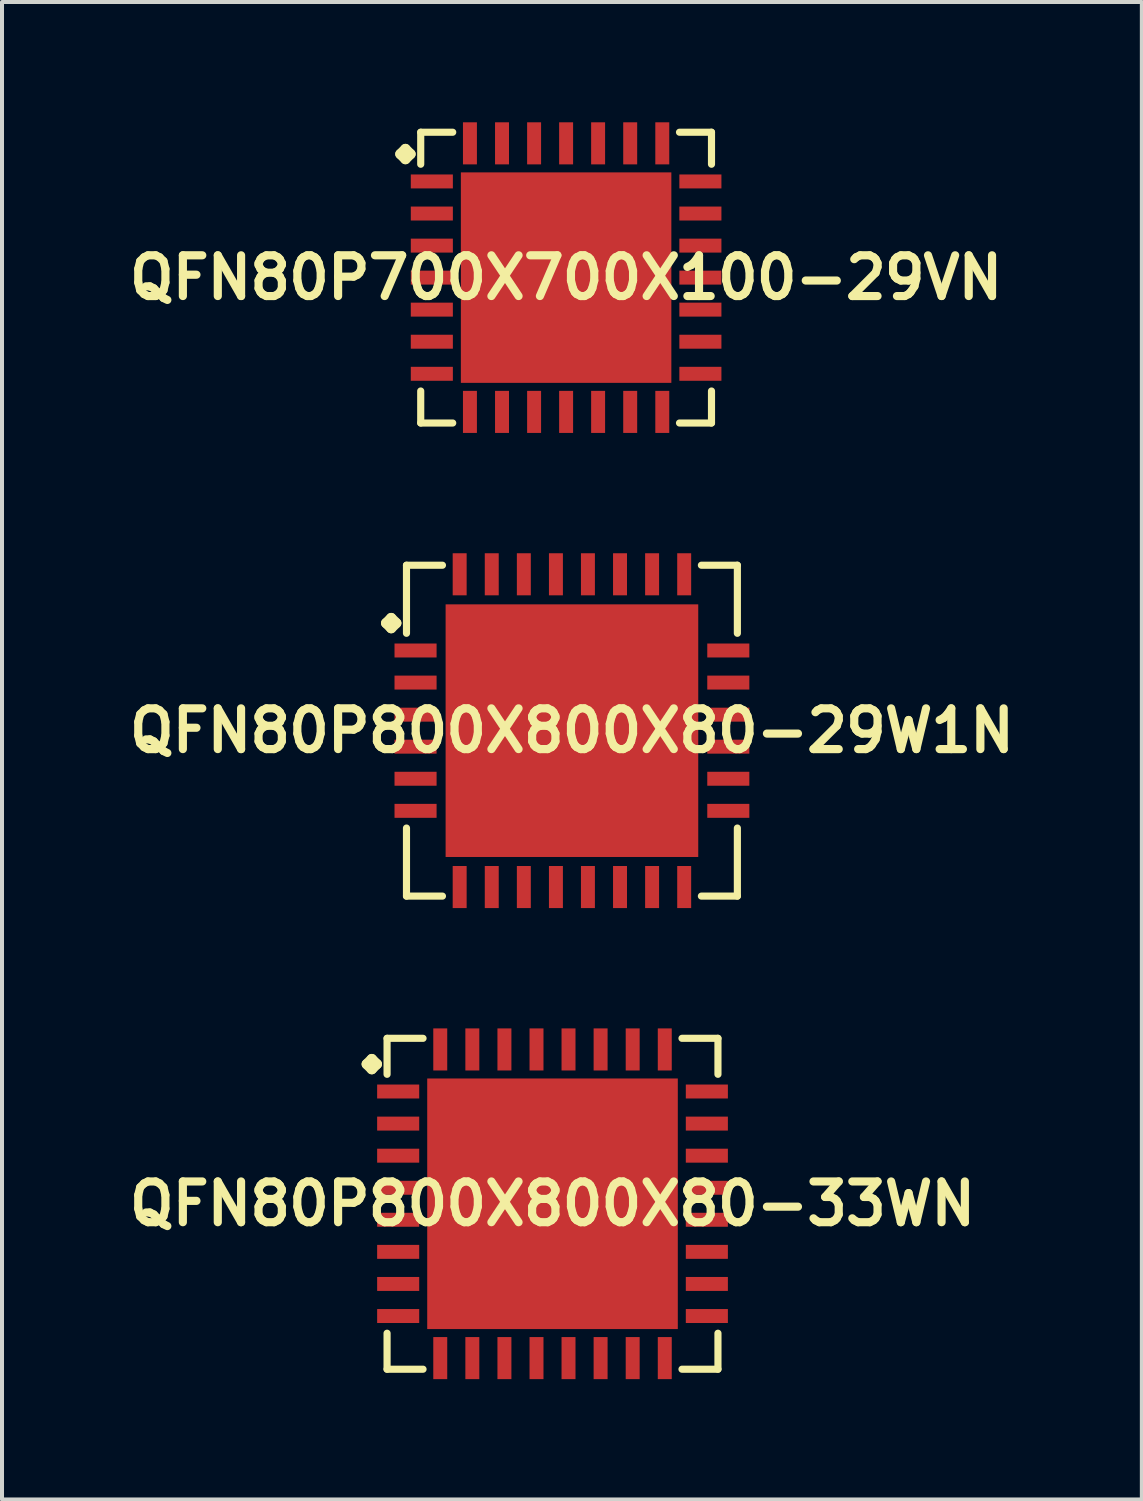
<source format=kicad_pcb>
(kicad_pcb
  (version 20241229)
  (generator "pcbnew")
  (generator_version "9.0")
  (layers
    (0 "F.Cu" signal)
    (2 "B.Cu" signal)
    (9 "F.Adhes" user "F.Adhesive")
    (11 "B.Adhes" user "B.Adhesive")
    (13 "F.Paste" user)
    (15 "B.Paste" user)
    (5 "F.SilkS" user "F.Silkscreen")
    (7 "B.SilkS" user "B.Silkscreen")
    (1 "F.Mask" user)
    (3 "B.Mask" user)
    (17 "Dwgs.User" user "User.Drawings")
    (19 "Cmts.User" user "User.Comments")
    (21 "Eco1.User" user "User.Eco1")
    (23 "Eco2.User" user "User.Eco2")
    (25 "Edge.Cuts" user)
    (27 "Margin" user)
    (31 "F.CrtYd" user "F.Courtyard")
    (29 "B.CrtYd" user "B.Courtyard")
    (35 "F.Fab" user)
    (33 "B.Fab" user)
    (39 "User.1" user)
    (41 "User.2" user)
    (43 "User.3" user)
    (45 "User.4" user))
  (footprint "QFN80P700X700X100-29VN"
    (layer "F.Cu")
    (at 11.065 3.872)
    (property "Reference" "QFN80P700X700X100-29VN" (at 0 0 0) (layer "F.SilkS") (effects (font (size 1.016 1.016) (thickness 0.203))))
    (attr smd)
    (fp_line (start -4.133 -3.081) (end -4.006 -3.208) (stroke (width 0.254) (type solid)) (layer "F.SilkS"))
    (fp_line (start -4.006 -3.208) (end -3.879 -3.081) (stroke (width 0.254) (type solid)) (layer "F.SilkS"))
    (fp_line (start -4.006 -2.954) (end -4.133 -3.081) (stroke (width 0.254) (type solid)) (layer "F.SilkS"))
    (fp_line (start -3.879 -3.081) (end -4.006 -2.954) (stroke (width 0.254) (type solid)) (layer "F.SilkS"))
    (fp_line (start -3.625 -3.625) (end -2.827 -3.625) (stroke (width 0.178) (type solid)) (layer "F.SilkS"))
    (fp_line (start -3.625 -2.827) (end -3.625 -3.625) (stroke (width 0.178) (type solid)) (layer "F.SilkS"))
    (fp_line (start -3.625 2.827) (end -3.625 3.625) (stroke (width 0.178) (type solid)) (layer "F.SilkS"))
    (fp_line (start -3.625 3.625) (end -2.827 3.625) (stroke (width 0.178) (type solid)) (layer "F.SilkS"))
    (fp_line (start 2.827 -3.625) (end 3.625 -3.625) (stroke (width 0.178) (type solid)) (layer "F.SilkS"))
    (fp_line (start 2.827 3.625) (end 3.625 3.625) (stroke (width 0.178) (type solid)) (layer "F.SilkS"))
    (fp_line (start 3.625 -3.625) (end 3.625 -2.827) (stroke (width 0.178) (type solid)) (layer "F.SilkS"))
    (fp_line (start 3.625 3.625) (end 3.625 2.827) (stroke (width 0.178) (type solid)) (layer "F.SilkS"))
    (pad "1" smd rect (at -3.348 -2.398) (size 1.049 0.348) (layers "F.Cu" "F.Mask" "F.Paste"))
    (pad "2" smd rect (at -3.348 -1.598) (size 1.049 0.348) (layers "F.Cu" "F.Mask" "F.Paste"))
    (pad "3" smd rect (at -3.348 -0.798) (size 1.049 0.348) (layers "F.Cu" "F.Mask" "F.Paste"))
    (pad "4" smd rect (at -3.348 0) (size 1.049 0.348) (layers "F.Cu" "F.Mask" "F.Paste"))
    (pad "5" smd rect (at -3.348 0.798) (size 1.049 0.348) (layers "F.Cu" "F.Mask" "F.Paste"))
    (pad "6" smd rect (at -3.348 1.598) (size 1.049 0.348) (layers "F.Cu" "F.Mask" "F.Paste"))
    (pad "7" smd rect (at -3.348 2.398) (size 1.049 0.348) (layers "F.Cu" "F.Mask" "F.Paste"))
    (pad "8" smd rect (at -2.398 3.348) (size 0.348 1.049) (layers "F.Cu" "F.Mask" "F.Paste"))
    (pad "9" smd rect (at -1.598 3.348) (size 0.348 1.049) (layers "F.Cu" "F.Mask" "F.Paste"))
    (pad "10" smd rect (at -0.798 3.348) (size 0.348 1.049) (layers "F.Cu" "F.Mask" "F.Paste"))
    (pad "11" smd rect (at 0 3.348) (size 0.348 1.049) (layers "F.Cu" "F.Mask" "F.Paste"))
    (pad "12" smd rect (at 0.798 3.348) (size 0.348 1.049) (layers "F.Cu" "F.Mask" "F.Paste"))
    (pad "13" smd rect (at 1.598 3.348) (size 0.348 1.049) (layers "F.Cu" "F.Mask" "F.Paste"))
    (pad "14" smd rect (at 2.398 3.348) (size 0.348 1.049) (layers "F.Cu" "F.Mask" "F.Paste"))
    (pad "15" smd rect (at 3.348 2.398) (size 1.049 0.348) (layers "F.Cu" "F.Mask" "F.Paste"))
    (pad "16" smd rect (at 3.348 1.598) (size 1.049 0.348) (layers "F.Cu" "F.Mask" "F.Paste"))
    (pad "17" smd rect (at 3.348 0.798) (size 1.049 0.348) (layers "F.Cu" "F.Mask" "F.Paste"))
    (pad "18" smd rect (at 3.348 0) (size 1.049 0.348) (layers "F.Cu" "F.Mask" "F.Paste"))
    (pad "19" smd rect (at 3.348 -0.798) (size 1.049 0.348) (layers "F.Cu" "F.Mask" "F.Paste"))
    (pad "20" smd rect (at 3.348 -1.598) (size 1.049 0.348) (layers "F.Cu" "F.Mask" "F.Paste"))
    (pad "21" smd rect (at 3.348 -2.398) (size 1.049 0.348) (layers "F.Cu" "F.Mask" "F.Paste"))
    (pad "22" smd rect (at 2.398 -3.348) (size 0.348 1.049) (layers "F.Cu" "F.Mask" "F.Paste"))
    (pad "23" smd rect (at 1.598 -3.348) (size 0.348 1.049) (layers "F.Cu" "F.Mask" "F.Paste"))
    (pad "24" smd rect (at 0.798 -3.348) (size 0.348 1.049) (layers "F.Cu" "F.Mask" "F.Paste"))
    (pad "25" smd rect (at 0 -3.348) (size 0.348 1.049) (layers "F.Cu" "F.Mask" "F.Paste"))
    (pad "26" smd rect (at -0.798 -3.348) (size 0.348 1.049) (layers "F.Cu" "F.Mask" "F.Paste"))
    (pad "27" smd rect (at -1.598 -3.348) (size 0.348 1.049) (layers "F.Cu" "F.Mask" "F.Paste"))
    (pad "28" smd rect (at -2.398 -3.348) (size 0.348 1.049) (layers "F.Cu" "F.Mask" "F.Paste"))
    (pad "29" smd rect (at 0 0) (size 5.248 5.248) (layers "F.Cu" "F.Mask" "F.Paste")))
  (footprint "QFN80P800X800X80-29W1N"
    (layer "F.Cu")
    (at 11.21 15.168)
    (property "Reference" "QFN80P800X800X80-29W1N" (at 0 0 0) (layer "F.SilkS") (effects (font (size 1.016 1.016) (thickness 0.203))))
    (attr smd)
    (fp_line (start -4.633 -2.682) (end -4.506 -2.809) (stroke (width 0.254) (type solid)) (layer "F.SilkS"))
    (fp_line (start -4.506 -2.809) (end -4.379 -2.682) (stroke (width 0.254) (type solid)) (layer "F.SilkS"))
    (fp_line (start -4.506 -2.555) (end -4.633 -2.682) (stroke (width 0.254) (type solid)) (layer "F.SilkS"))
    (fp_line (start -4.379 -2.682) (end -4.506 -2.555) (stroke (width 0.254) (type solid)) (layer "F.SilkS"))
    (fp_line (start -4.125 -4.125) (end -3.228 -4.125) (stroke (width 0.178) (type solid)) (layer "F.SilkS"))
    (fp_line (start -4.125 -2.428) (end -4.125 -4.125) (stroke (width 0.178) (type solid)) (layer "F.SilkS"))
    (fp_line (start -4.125 2.428) (end -4.125 4.125) (stroke (width 0.178) (type solid)) (layer "F.SilkS"))
    (fp_line (start -4.125 4.125) (end -3.228 4.125) (stroke (width 0.178) (type solid)) (layer "F.SilkS"))
    (fp_line (start 3.228 -4.125) (end 4.125 -4.125) (stroke (width 0.178) (type solid)) (layer "F.SilkS"))
    (fp_line (start 3.228 4.125) (end 4.125 4.125) (stroke (width 0.178) (type solid)) (layer "F.SilkS"))
    (fp_line (start 4.125 -4.125) (end 4.125 -2.428) (stroke (width 0.178) (type solid)) (layer "F.SilkS"))
    (fp_line (start 4.125 4.125) (end 4.125 2.428) (stroke (width 0.178) (type solid)) (layer "F.SilkS"))
    (pad "1" smd rect (at -3.899 -1.999) (size 1.049 0.348) (layers "F.Cu" "F.Mask" "F.Paste"))
    (pad "2" smd rect (at -3.899 -1.199) (size 1.049 0.348) (layers "F.Cu" "F.Mask" "F.Paste"))
    (pad "3" smd rect (at -3.899 -0.399) (size 1.049 0.348) (layers "F.Cu" "F.Mask" "F.Paste"))
    (pad "4" smd rect (at -3.899 0.399) (size 1.049 0.348) (layers "F.Cu" "F.Mask" "F.Paste"))
    (pad "5" smd rect (at -3.899 1.199) (size 1.049 0.348) (layers "F.Cu" "F.Mask" "F.Paste"))
    (pad "6" smd rect (at -3.899 1.999) (size 1.049 0.348) (layers "F.Cu" "F.Mask" "F.Paste"))
    (pad "7" smd rect (at -2.799 3.899) (size 0.348 1.049) (layers "F.Cu" "F.Mask" "F.Paste"))
    (pad "8" smd rect (at -1.999 3.899) (size 0.348 1.049) (layers "F.Cu" "F.Mask" "F.Paste"))
    (pad "9" smd rect (at -1.199 3.899) (size 0.348 1.049) (layers "F.Cu" "F.Mask" "F.Paste"))
    (pad "10" smd rect (at -0.399 3.899) (size 0.348 1.049) (layers "F.Cu" "F.Mask" "F.Paste"))
    (pad "11" smd rect (at 0.399 3.899) (size 0.348 1.049) (layers "F.Cu" "F.Mask" "F.Paste"))
    (pad "12" smd rect (at 1.199 3.899) (size 0.348 1.049) (layers "F.Cu" "F.Mask" "F.Paste"))
    (pad "13" smd rect (at 1.999 3.899) (size 0.348 1.049) (layers "F.Cu" "F.Mask" "F.Paste"))
    (pad "14" smd rect (at 2.799 3.899) (size 0.348 1.049) (layers "F.Cu" "F.Mask" "F.Paste"))
    (pad "15" smd rect (at 3.899 1.999) (size 1.049 0.348) (layers "F.Cu" "F.Mask" "F.Paste"))
    (pad "16" smd rect (at 3.899 1.199) (size 1.049 0.348) (layers "F.Cu" "F.Mask" "F.Paste"))
    (pad "17" smd rect (at 3.899 0.399) (size 1.049 0.348) (layers "F.Cu" "F.Mask" "F.Paste"))
    (pad "18" smd rect (at 3.899 -0.399) (size 1.049 0.348) (layers "F.Cu" "F.Mask" "F.Paste"))
    (pad "19" smd rect (at 3.899 -1.199) (size 1.049 0.348) (layers "F.Cu" "F.Mask" "F.Paste"))
    (pad "20" smd rect (at 3.899 -1.999) (size 1.049 0.348) (layers "F.Cu" "F.Mask" "F.Paste"))
    (pad "21" smd rect (at 2.799 -3.899) (size 0.348 1.049) (layers "F.Cu" "F.Mask" "F.Paste"))
    (pad "22" smd rect (at 1.999 -3.899) (size 0.348 1.049) (layers "F.Cu" "F.Mask" "F.Paste"))
    (pad "23" smd rect (at 1.199 -3.899) (size 0.348 1.049) (layers "F.Cu" "F.Mask" "F.Paste"))
    (pad "24" smd rect (at 0.399 -3.899) (size 0.348 1.049) (layers "F.Cu" "F.Mask" "F.Paste"))
    (pad "25" smd rect (at -0.399 -3.899) (size 0.348 1.049) (layers "F.Cu" "F.Mask" "F.Paste"))
    (pad "26" smd rect (at -1.199 -3.899) (size 0.348 1.049) (layers "F.Cu" "F.Mask" "F.Paste"))
    (pad "27" smd rect (at -1.999 -3.899) (size 0.348 1.049) (layers "F.Cu" "F.Mask" "F.Paste"))
    (pad "28" smd rect (at -2.799 -3.899) (size 0.348 1.049) (layers "F.Cu" "F.Mask" "F.Paste"))
    (pad "29" smd rect (at 0 0) (size 6.299 6.299) (layers "F.Cu" "F.Mask" "F.Paste")))
  (footprint "QFN80P800X800X80-33WN"
    (layer "F.Cu")
    (at 10.726 26.964)
    (property "Reference" "QFN80P800X800X80-33WN" (at 0 0 0) (layer "F.SilkS") (effects (font (size 1.016 1.016) (thickness 0.203))))
    (attr smd)
    (fp_line (start -4.633 -3.482) (end -4.506 -3.609) (stroke (width 0.254) (type solid)) (layer "F.SilkS"))
    (fp_line (start -4.506 -3.609) (end -4.379 -3.482) (stroke (width 0.254) (type solid)) (layer "F.SilkS"))
    (fp_line (start -4.506 -3.355) (end -4.633 -3.482) (stroke (width 0.254) (type solid)) (layer "F.SilkS"))
    (fp_line (start -4.379 -3.482) (end -4.506 -3.355) (stroke (width 0.254) (type solid)) (layer "F.SilkS"))
    (fp_line (start -4.125 -4.125) (end -3.228 -4.125) (stroke (width 0.178) (type solid)) (layer "F.SilkS"))
    (fp_line (start -4.125 -3.228) (end -4.125 -4.125) (stroke (width 0.178) (type solid)) (layer "F.SilkS"))
    (fp_line (start -4.125 3.228) (end -4.125 4.125) (stroke (width 0.178) (type solid)) (layer "F.SilkS"))
    (fp_line (start -4.125 4.125) (end -3.228 4.125) (stroke (width 0.178) (type solid)) (layer "F.SilkS"))
    (fp_line (start 3.228 -4.125) (end 4.125 -4.125) (stroke (width 0.178) (type solid)) (layer "F.SilkS"))
    (fp_line (start 3.228 4.125) (end 4.125 4.125) (stroke (width 0.178) (type solid)) (layer "F.SilkS"))
    (fp_line (start 4.125 -4.125) (end 4.125 -3.228) (stroke (width 0.178) (type solid)) (layer "F.SilkS"))
    (fp_line (start 4.125 4.125) (end 4.125 3.228) (stroke (width 0.178) (type solid)) (layer "F.SilkS"))
    (pad "1" smd rect (at -3.848 -2.799) (size 1.049 0.348) (layers "F.Cu" "F.Mask" "F.Paste"))
    (pad "2" smd rect (at -3.848 -1.999) (size 1.049 0.348) (layers "F.Cu" "F.Mask" "F.Paste"))
    (pad "3" smd rect (at -3.848 -1.199) (size 1.049 0.348) (layers "F.Cu" "F.Mask" "F.Paste"))
    (pad "4" smd rect (at -3.848 -0.399) (size 1.049 0.348) (layers "F.Cu" "F.Mask" "F.Paste"))
    (pad "5" smd rect (at -3.848 0.399) (size 1.049 0.348) (layers "F.Cu" "F.Mask" "F.Paste"))
    (pad "6" smd rect (at -3.848 1.199) (size 1.049 0.348) (layers "F.Cu" "F.Mask" "F.Paste"))
    (pad "7" smd rect (at -3.848 1.999) (size 1.049 0.348) (layers "F.Cu" "F.Mask" "F.Paste"))
    (pad "8" smd rect (at -3.848 2.799) (size 1.049 0.348) (layers "F.Cu" "F.Mask" "F.Paste"))
    (pad "9" smd rect (at -2.799 3.848) (size 0.348 1.049) (layers "F.Cu" "F.Mask" "F.Paste"))
    (pad "10" smd rect (at -1.999 3.848) (size 0.348 1.049) (layers "F.Cu" "F.Mask" "F.Paste"))
    (pad "11" smd rect (at -1.199 3.848) (size 0.348 1.049) (layers "F.Cu" "F.Mask" "F.Paste"))
    (pad "12" smd rect (at -0.399 3.848) (size 0.348 1.049) (layers "F.Cu" "F.Mask" "F.Paste"))
    (pad "13" smd rect (at 0.399 3.848) (size 0.348 1.049) (layers "F.Cu" "F.Mask" "F.Paste"))
    (pad "14" smd rect (at 1.199 3.848) (size 0.348 1.049) (layers "F.Cu" "F.Mask" "F.Paste"))
    (pad "15" smd rect (at 1.999 3.848) (size 0.348 1.049) (layers "F.Cu" "F.Mask" "F.Paste"))
    (pad "16" smd rect (at 2.799 3.848) (size 0.348 1.049) (layers "F.Cu" "F.Mask" "F.Paste"))
    (pad "17" smd rect (at 3.848 2.799) (size 1.049 0.348) (layers "F.Cu" "F.Mask" "F.Paste"))
    (pad "18" smd rect (at 3.848 1.999) (size 1.049 0.348) (layers "F.Cu" "F.Mask" "F.Paste"))
    (pad "19" smd rect (at 3.848 1.199) (size 1.049 0.348) (layers "F.Cu" "F.Mask" "F.Paste"))
    (pad "20" smd rect (at 3.848 0.399) (size 1.049 0.348) (layers "F.Cu" "F.Mask" "F.Paste"))
    (pad "21" smd rect (at 3.848 -0.399) (size 1.049 0.348) (layers "F.Cu" "F.Mask" "F.Paste"))
    (pad "22" smd rect (at 3.848 -1.199) (size 1.049 0.348) (layers "F.Cu" "F.Mask" "F.Paste"))
    (pad "23" smd rect (at 3.848 -1.999) (size 1.049 0.348) (layers "F.Cu" "F.Mask" "F.Paste"))
    (pad "24" smd rect (at 3.848 -2.799) (size 1.049 0.348) (layers "F.Cu" "F.Mask" "F.Paste"))
    (pad "25" smd rect (at 2.799 -3.848) (size 0.348 1.049) (layers "F.Cu" "F.Mask" "F.Paste"))
    (pad "26" smd rect (at 1.999 -3.848) (size 0.348 1.049) (layers "F.Cu" "F.Mask" "F.Paste"))
    (pad "27" smd rect (at 1.199 -3.848) (size 0.348 1.049) (layers "F.Cu" "F.Mask" "F.Paste"))
    (pad "28" smd rect (at 0.399 -3.848) (size 0.348 1.049) (layers "F.Cu" "F.Mask" "F.Paste"))
    (pad "29" smd rect (at -0.399 -3.848) (size 0.348 1.049) (layers "F.Cu" "F.Mask" "F.Paste"))
    (pad "30" smd rect (at -1.199 -3.848) (size 0.348 1.049) (layers "F.Cu" "F.Mask" "F.Paste"))
    (pad "31" smd rect (at -1.999 -3.848) (size 0.348 1.049) (layers "F.Cu" "F.Mask" "F.Paste"))
    (pad "32" smd rect (at -2.799 -3.848) (size 0.348 1.049) (layers "F.Cu" "F.Mask" "F.Paste"))
    (pad "33" smd rect (at 0 0) (size 6.248 6.248) (layers "F.Cu" "F.Mask" "F.Paste")))
  (gr_rect
    (start -3 -3)
    (end 25.42 34.337)
    (stroke (width 0.1) (type default))
    (fill no)
    (layer "Edge.Cuts")))
</source>
